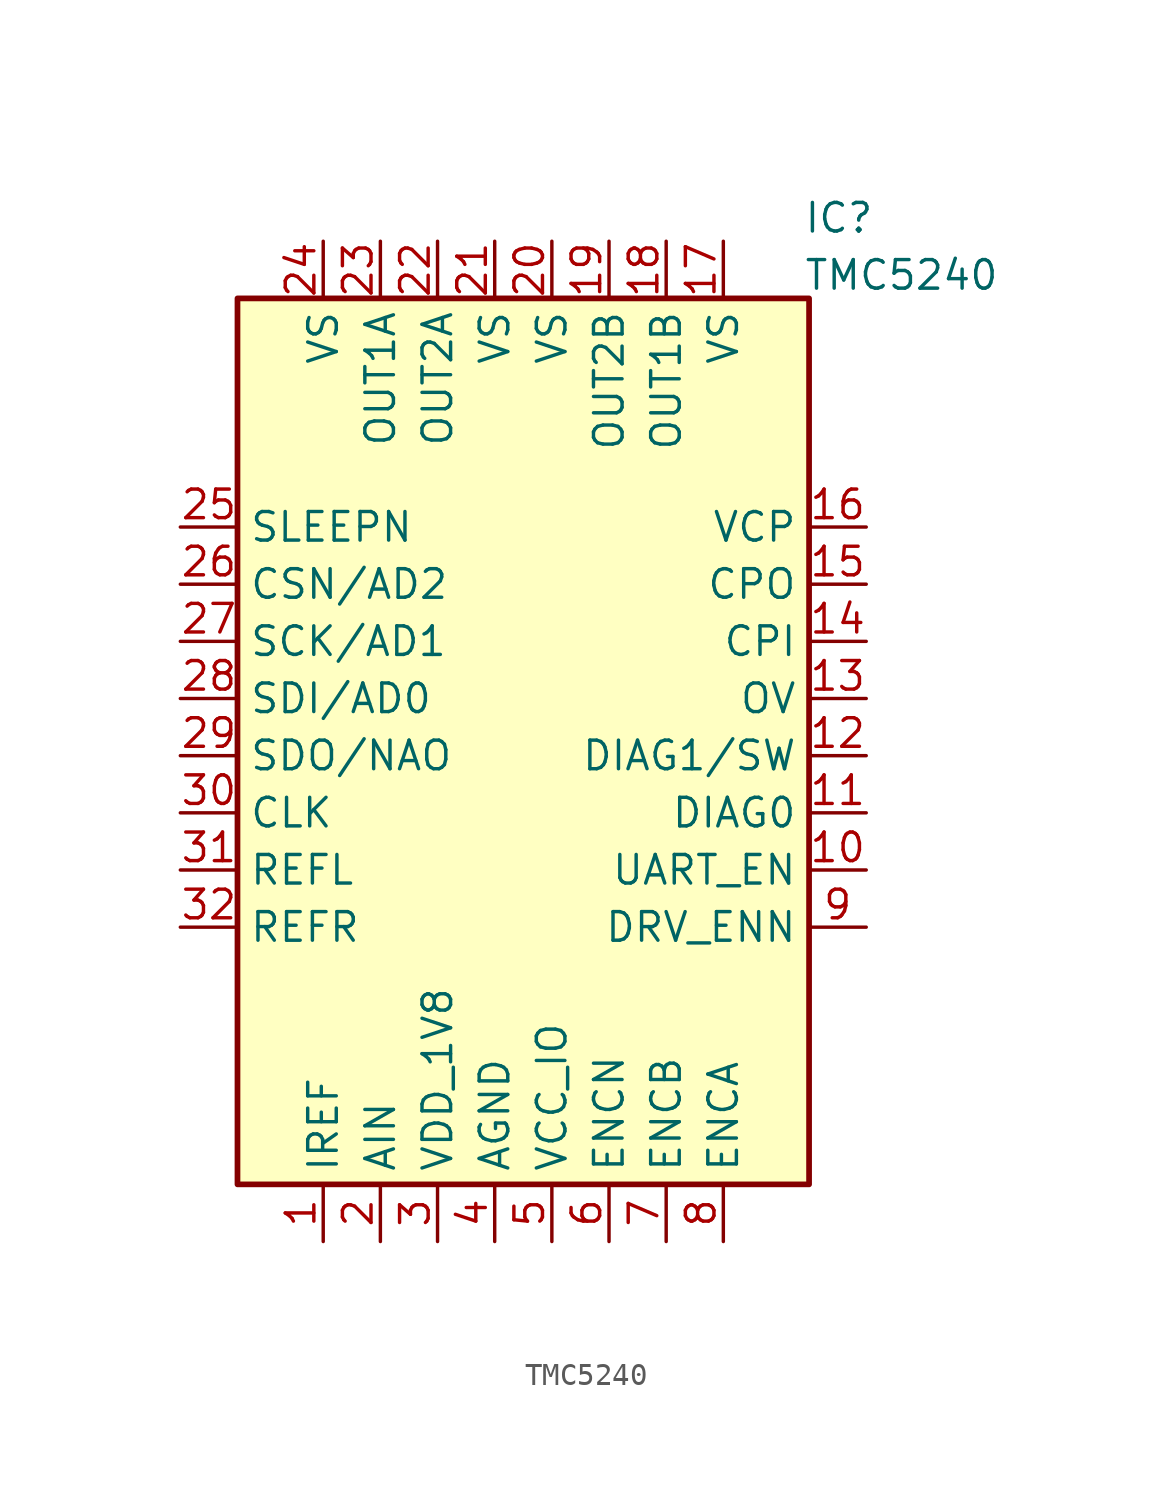
<source format=kicad_sym>
(kicad_symbol_lib
  (version 20241209)
  (generator "kicad_symbol_editor")
  (generator_version "9.0")
  (symbol "TMC5240"
    (property "Reference" "IC"
      (at 12.446 20.828 0)
      (effects (font (size 1.27 1.27)) (justify left top)))
    (property "Value" "TMC5240"
      (at 12.446 18.288 0)
      (effects (font (size 1.27 1.27)) (justify left top)))
    (symbol "TMC5240_1_0"
      (pin input line (at -8.89 19.05 270) (length 2.54) (name "VS" (effects (font (size 1.27 1.27)))) (number "24" (effects (font (size 1.27 1.27)))))
      (pin input line (at -1.27 19.05 270) (length 2.54) (name "VS" (effects (font (size 1.27 1.27)))) (number "21" (effects (font (size 1.27 1.27)))))
      (pin input line (at 1.27 19.05 270) (length 2.54) (name "VS" (effects (font (size 1.27 1.27)))) (number "20" (effects (font (size 1.27 1.27))))))
    (symbol "TMC5240_1_1"
      (rectangle (start -12.7 16.51) (end 12.7 -22.86) (stroke (width 0.254) (type default)) (fill (type background)))
      (pin input line (at -15.24 6.35 0) (length 2.54) (name "SLEEPN" (effects (font (size 1.27 1.27)))) (number "25" (effects (font (size 1.27 1.27)))))
      (pin input line (at -15.24 3.81 0) (length 2.54) (name "CSN/AD2" (effects (font (size 1.27 1.27)))) (number "26" (effects (font (size 1.27 1.27)))))
      (pin input line (at -15.24 1.27 0) (length 2.54) (name "SCK/AD1" (effects (font (size 1.27 1.27)))) (number "27" (effects (font (size 1.27 1.27)))))
      (pin input line (at -15.24 -1.27 0) (length 2.54) (name "SDI/AD0" (effects (font (size 1.27 1.27)))) (number "28" (effects (font (size 1.27 1.27)))))
      (pin input line (at -15.24 -3.81 0) (length 2.54) (name "SDO/NAO" (effects (font (size 1.27 1.27)))) (number "29" (effects (font (size 1.27 1.27)))))
      (pin input line (at -15.24 -6.35 0) (length 2.54) (name "CLK" (effects (font (size 1.27 1.27)))) (number "30" (effects (font (size 1.27 1.27)))))
      (pin input line (at -15.24 -8.89 0) (length 2.54) (name "REFL" (effects (font (size 1.27 1.27)))) (number "31" (effects (font (size 1.27 1.27)))))
      (pin input line (at -15.24 -11.43 0) (length 2.54) (name "REFR" (effects (font (size 1.27 1.27)))) (number "32" (effects (font (size 1.27 1.27)))))
      (pin input line (at -8.89 -25.4 90) (length 2.54) (name "IREF" (effects (font (size 1.27 1.27)))) (number "1" (effects (font (size 1.27 1.27)))))
      (pin input line (at -6.35 19.05 270) (length 2.54) (name "OUT1A" (effects (font (size 1.27 1.27)))) (number "23" (effects (font (size 1.27 1.27)))))
      (pin input line (at -6.35 -25.4 90) (length 2.54) (name "AIN" (effects (font (size 1.27 1.27)))) (number "2" (effects (font (size 1.27 1.27)))))
      (pin input line (at -3.81 19.05 270) (length 2.54) (name "OUT2A" (effects (font (size 1.27 1.27)))) (number "22" (effects (font (size 1.27 1.27)))))
      (pin input line (at -3.81 -25.4 90) (length 2.54) (name "VDD_1V8" (effects (font (size 1.27 1.27)))) (number "3" (effects (font (size 1.27 1.27)))))
      (pin input line (at -1.27 -25.4 90) (length 2.54) (name "AGND" (effects (font (size 1.27 1.27)))) (number "4" (effects (font (size 1.27 1.27)))))
      (pin input line (at 1.27 -25.4 90) (length 2.54) (name "VCC_IO" (effects (font (size 1.27 1.27)))) (number "5" (effects (font (size 1.27 1.27)))))
      (pin input line (at 3.81 19.05 270) (length 2.54) (name "OUT2B" (effects (font (size 1.27 1.27)))) (number "19" (effects (font (size 1.27 1.27)))))
      (pin input line (at 3.81 -25.4 90) (length 2.54) (name "ENCN" (effects (font (size 1.27 1.27)))) (number "6" (effects (font (size 1.27 1.27)))))
      (pin input line (at 6.35 19.05 270) (length 2.54) (name "OUT1B" (effects (font (size 1.27 1.27)))) (number "18" (effects (font (size 1.27 1.27)))))
      (pin input line (at 6.35 -25.4 90) (length 2.54) (name "ENCB" (effects (font (size 1.27 1.27)))) (number "7" (effects (font (size 1.27 1.27)))))
      (pin input line (at 8.89 19.05 270) (length 2.54) (name "VS" (effects (font (size 1.27 1.27)))) (number "17" (effects (font (size 1.27 1.27)))))
      (pin input line (at 8.89 -25.4 90) (length 2.54) (name "ENCA" (effects (font (size 1.27 1.27)))) (number "8" (effects (font (size 1.27 1.27)))))
      (pin input line (at 15.24 6.35 180) (length 2.54) (name "VCP" (effects (font (size 1.27 1.27)))) (number "16" (effects (font (size 1.27 1.27)))))
      (pin input line (at 15.24 3.81 180) (length 2.54) (name "CPO" (effects (font (size 1.27 1.27)))) (number "15" (effects (font (size 1.27 1.27)))))
      (pin input line (at 15.24 1.27 180) (length 2.54) (name "CPI" (effects (font (size 1.27 1.27)))) (number "14" (effects (font (size 1.27 1.27)))))
      (pin input line (at 15.24 -1.27 180) (length 2.54) (name "OV" (effects (font (size 1.27 1.27)))) (number "13" (effects (font (size 1.27 1.27)))))
      (pin input line (at 15.24 -3.81 180) (length 2.54) (name "DIAG1/SW" (effects (font (size 1.27 1.27)))) (number "12" (effects (font (size 1.27 1.27)))))
      (pin input line (at 15.24 -6.35 180) (length 2.54) (name "DIAG0" (effects (font (size 1.27 1.27)))) (number "11" (effects (font (size 1.27 1.27)))))
      (pin input line (at 15.24 -8.89 180) (length 2.54) (name "UART_EN" (effects (font (size 1.27 1.27)))) (number "10" (effects (font (size 1.27 1.27)))))
      (pin input line (at 15.24 -11.43 180) (length 2.54) (name "DRV_ENN" (effects (font (size 1.27 1.27)))) (number "9" (effects (font (size 1.27 1.27))))))))
</source>
